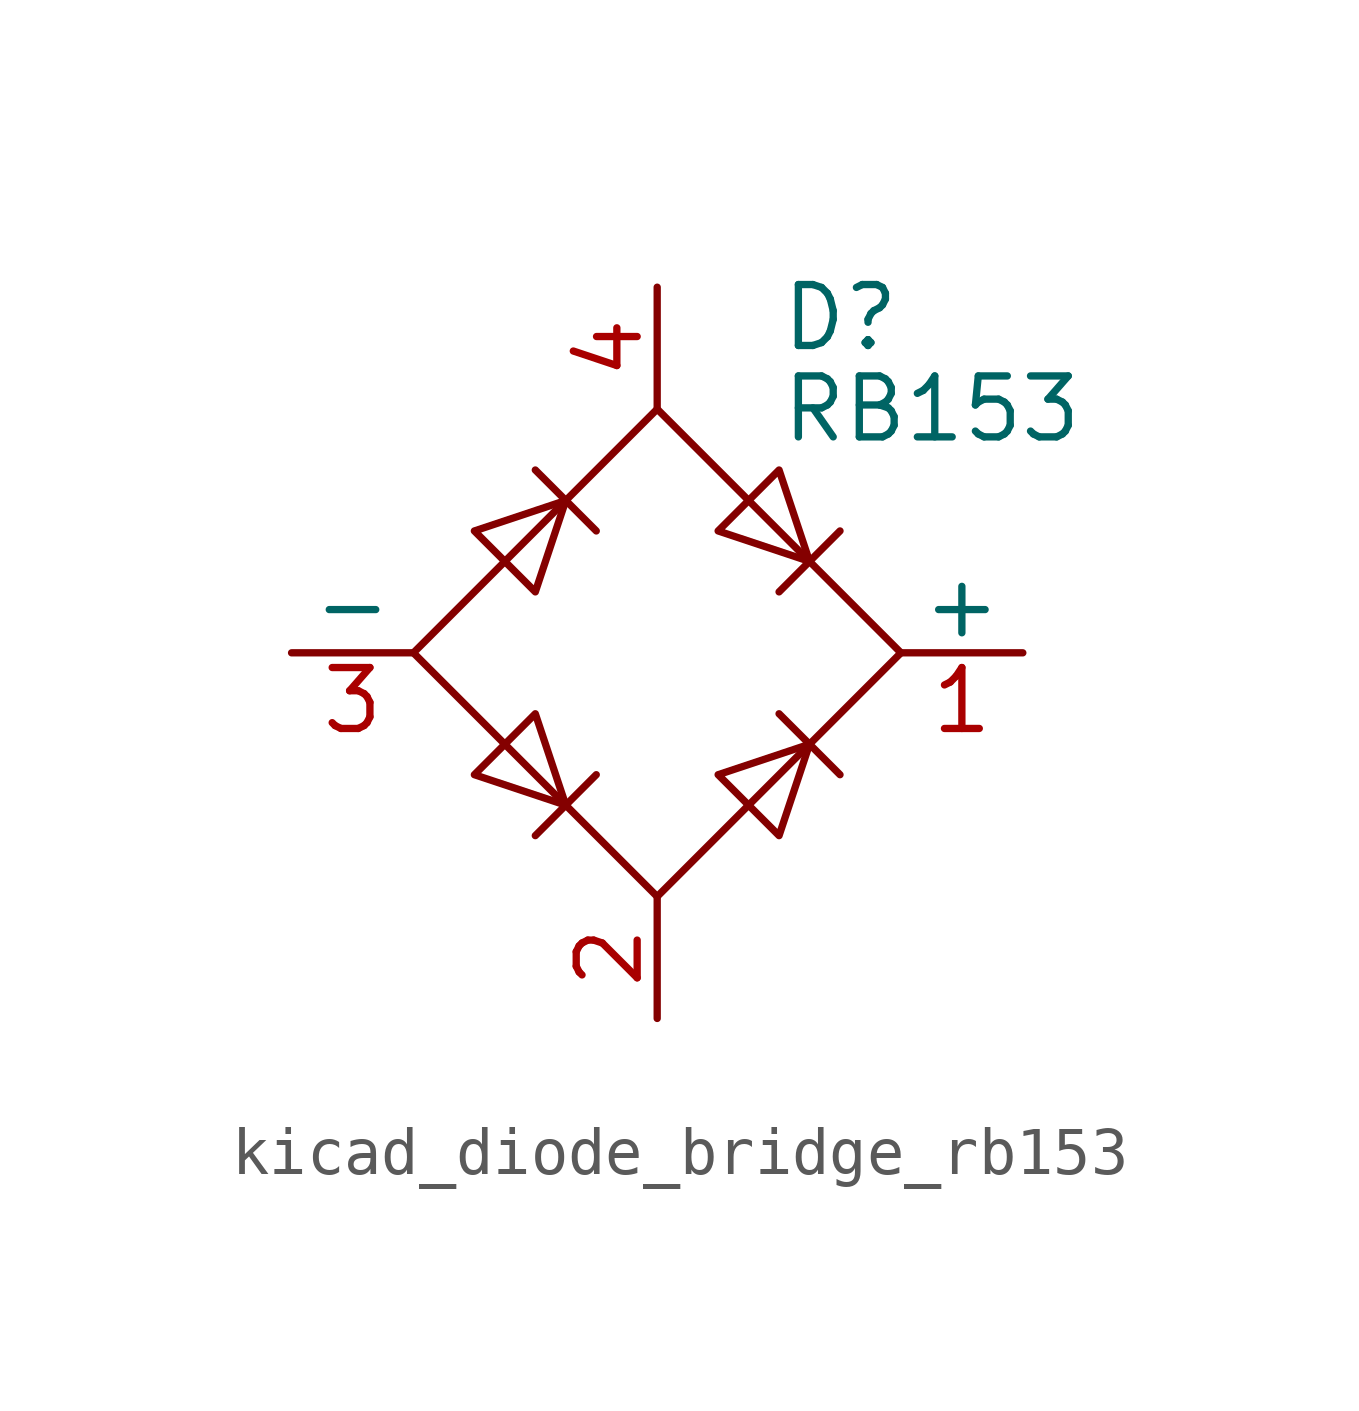
<source format=kicad_sym>
(kicad_symbol_lib
  (version 20220914)
  (generator kicad_symbol_editor)
  (symbol "kicad_diode_bridge_rb153"
    (pin_names
      (offset 0))
    (property "Reference" "D"
      (at 2.54 6.985 0)
      (effects (font (size 1.27 1.27)) (justify left)))
    (property "Value" "RB153"
      (at 2.54 5.08 0)
      (effects (font (size 1.27 1.27)) (justify left)))
    (symbol "kicad_diode_bridge_rb153_0_1"
      (polyline (pts (xy -2.54 3.81) (xy -1.27 2.54)) (stroke (width 0) (type default)) (fill (type none)))
      (polyline (pts (xy -1.27 -2.54) (xy -2.54 -3.81)) (stroke (width 0) (type default)) (fill (type none)))
      (polyline (pts (xy 2.54 -1.27) (xy 3.81 -2.54)) (stroke (width 0) (type default)) (fill (type none)))
      (polyline (pts (xy 2.54 1.27) (xy 3.81 2.54)) (stroke (width 0) (type default)) (fill (type none)))
      (polyline (pts (xy -3.81 2.54) (xy -2.54 1.27) (xy -1.905 3.175) (xy -3.81 2.54)) (stroke (width 0) (type default)) (fill (type none)))
      (polyline (pts (xy -2.54 -1.27) (xy -3.81 -2.54) (xy -1.905 -3.175) (xy -2.54 -1.27)) (stroke (width 0) (type default)) (fill (type none)))
      (polyline (pts (xy 1.27 2.54) (xy 2.54 3.81) (xy 3.175 1.905) (xy 1.27 2.54)) (stroke (width 0) (type default)) (fill (type none)))
      (polyline (pts (xy 3.175 -1.905) (xy 1.27 -2.54) (xy 2.54 -3.81) (xy 3.175 -1.905)) (stroke (width 0) (type default)) (fill (type none)))
      (polyline (pts (xy -5.08 0) (xy 0 -5.08) (xy 5.08 0) (xy 0 5.08) (xy -5.08 0)) (stroke (width 0) (type default)) (fill (type none))))
    (symbol "kicad_diode_bridge_rb153_1_1"
      (pin passive line (at 7.62 0 180) (length 2.54) (name "+" (effects (font (size 1.27 1.27)))) (number "1" (effects (font (size 1.27 1.27)))))
      (pin passive line (at 0 -7.62 90) (length 2.54) (name "~" (effects (font (size 1.27 1.27)))) (number "2" (effects (font (size 1.27 1.27)))))
      (pin passive line (at -7.62 0 0) (length 2.54) (name "-" (effects (font (size 1.27 1.27)))) (number "3" (effects (font (size 1.27 1.27)))))
      (pin passive line (at 0 7.62 270) (length 2.54) (name "~" (effects (font (size 1.27 1.27)))) (number "4" (effects (font (size 1.27 1.27))))))))
</source>
